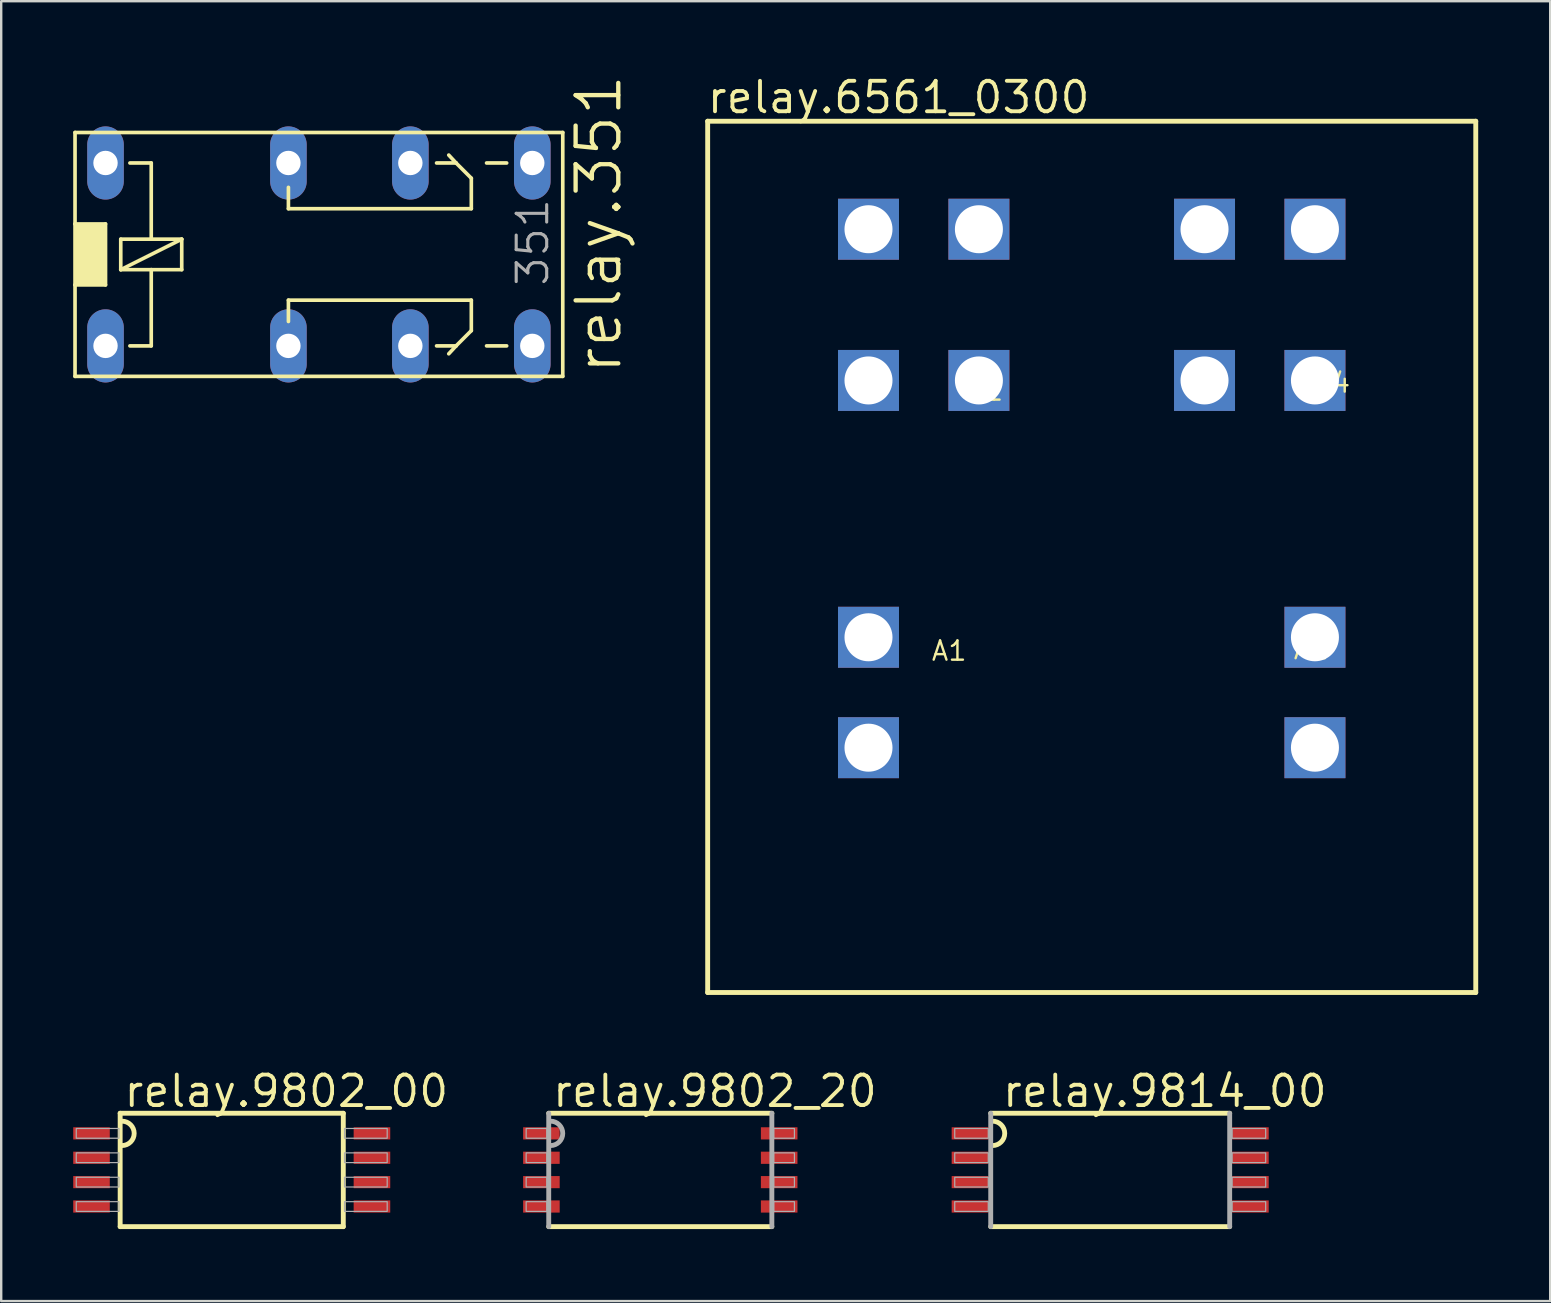
<source format=kicad_pcb>
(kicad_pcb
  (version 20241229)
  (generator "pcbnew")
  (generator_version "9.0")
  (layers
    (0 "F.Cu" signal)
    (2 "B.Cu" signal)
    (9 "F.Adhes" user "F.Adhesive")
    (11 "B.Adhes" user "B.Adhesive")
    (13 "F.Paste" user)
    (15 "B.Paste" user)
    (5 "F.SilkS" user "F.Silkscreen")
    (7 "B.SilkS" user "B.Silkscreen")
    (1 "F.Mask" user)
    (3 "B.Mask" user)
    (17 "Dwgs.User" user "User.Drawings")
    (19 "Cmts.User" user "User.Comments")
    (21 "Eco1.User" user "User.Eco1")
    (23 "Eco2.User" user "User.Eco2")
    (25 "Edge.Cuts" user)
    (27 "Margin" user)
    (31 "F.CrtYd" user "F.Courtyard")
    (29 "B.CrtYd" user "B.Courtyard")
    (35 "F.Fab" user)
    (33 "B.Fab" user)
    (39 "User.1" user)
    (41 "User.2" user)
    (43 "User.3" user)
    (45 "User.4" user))
  (footprint "relay.6561_0300"
    (layer "F.Cu")
    (at 42.433 17.8)
    (property "Reference" "relay.6561_0300" (at -16.102 -16.05 0) (layer "F.SilkS") (effects (font (size 1.27 1.27) (thickness 0.16)) (justify left bottom)))
    (attr through_hole)
    (fp_line (start -16 -15.8) (end -16 20.5) (stroke (width 0.203) (type default)) (layer "F.SilkS"))
    (fp_line (start 16 -15.8) (end -16 -15.8) (stroke (width 0.203) (type default)) (layer "F.SilkS"))
    (fp_line (start 16 -15.8) (end 16 20.5) (stroke (width 0.203) (type default)) (layer "F.SilkS"))
    (fp_line (start 16 20.5) (end -16 20.5) (stroke (width 0.203) (type default)) (layer "F.SilkS"))
    (fp_text user "A2 " (at 8.352 6.674 180) (layer "F.SilkS") (effects (font (size 0.8 0.8) (thickness 0.1)) (justify left bottom)))
    (fp_text user "A1 " (at -6.727 6.735 180) (layer "F.SilkS") (effects (font (size 0.8 0.8) (thickness 0.1)) (justify left bottom)))
    (fp_text user "11 " (at -5.277 -4.099 180) (layer "F.SilkS") (effects (font (size 0.8 0.8) (thickness 0.1)) (justify left bottom)))
    (fp_text user "14 " (at 9.179 -4.432 180) (layer "F.SilkS") (effects (font (size 0.8 0.8) (thickness 0.1)) (justify left bottom)))
    (pad "11" thru_hole rect (at -9.3 -5) (size 2.54 2.54) (drill 2) (layers "*.Cu" "*.Mask"))
    (pad "11_" thru_hole rect (at -4.7 -5) (size 2.54 2.54) (drill 2) (layers "*.Cu" "*.Mask"))
    (pad "14" thru_hole rect (at 9.3 -5) (size 2.54 2.54) (drill 2) (layers "*.Cu" "*.Mask"))
    (pad "14_" thru_hole rect (at 4.7 -5) (size 2.54 2.54) (drill 2) (layers "*.Cu" "*.Mask"))
    (pad "21" thru_hole rect (at -9.3 -11.3) (size 2.54 2.54) (drill 2) (layers "*.Cu" "*.Mask"))
    (pad "21_" thru_hole rect (at -4.7 -11.3) (size 2.54 2.54) (drill 2) (layers "*.Cu" "*.Mask"))
    (pad "22" thru_hole rect (at 9.3 -11.3) (size 2.54 2.54) (drill 2) (layers "*.Cu" "*.Mask"))
    (pad "22_" thru_hole rect (at 4.7 -11.3) (size 2.54 2.54) (drill 2) (layers "*.Cu" "*.Mask"))
    (pad "A1" thru_hole rect (at -9.3 10.3) (size 2.54 2.54) (drill 2) (layers "*.Cu" "*.Mask"))
    (pad "A1_" thru_hole rect (at -9.3 5.7) (size 2.54 2.54) (drill 2) (layers "*.Cu" "*.Mask"))
    (pad "A2" thru_hole rect (at 9.3 10.3) (size 2.54 2.54) (drill 2) (layers "*.Cu" "*.Mask"))
    (pad "A2_" thru_hole rect (at 9.3 5.7) (size 2.54 2.54) (drill 2) (layers "*.Cu" "*.Mask")))
  (footprint "relay.9802_00"
    (layer "F.Cu")
    (at 6.604 45.692)
    (property "Reference" "relay.9802_00" (at -4.572 -2.54 0) (layer "F.SilkS") (effects (font (size 1.27 1.27) (thickness 0.16)) (justify left bottom)))
    (attr smd)
    (fp_line (start -4.648 -2.362) (end 4.648 -2.362) (stroke (width 0.203) (type default)) (layer "F.SilkS"))
    (fp_line (start -4.648 2.362) (end -4.648 -2.362) (stroke (width 0.203) (type default)) (layer "F.SilkS"))
    (fp_line (start 4.648 -2.362) (end 4.648 2.362) (stroke (width 0.203) (type default)) (layer "F.SilkS"))
    (fp_line (start 4.648 2.362) (end -4.648 2.362) (stroke (width 0.203) (type default)) (layer "F.SilkS"))
    (fp_arc (start -4.572 -2.032) (mid -4.064 -1.524) (end -4.572 -1.016) (stroke (width 0.2032) (type default)) (layer "F.SilkS"))
    (fp_rect (start -6.477 -1.321) (end -4.699 -1.727) (stroke (width 0.05) (type default)) (fill no) (layer "F.Fab"))
    (fp_rect (start -6.477 -0.305) (end -4.699 -0.711) (stroke (width 0.05) (type default)) (fill no) (layer "F.Fab"))
    (fp_rect (start -6.477 0.711) (end -4.699 0.305) (stroke (width 0.05) (type default)) (fill no) (layer "F.Fab"))
    (fp_rect (start -6.477 1.727) (end -4.699 1.321) (stroke (width 0.05) (type default)) (fill no) (layer "F.Fab"))
    (fp_rect (start 4.699 -1.321) (end 6.477 -1.727) (stroke (width 0.05) (type default)) (fill no) (layer "F.Fab"))
    (fp_rect (start 4.699 -0.305) (end 6.477 -0.711) (stroke (width 0.05) (type default)) (fill no) (layer "F.Fab"))
    (fp_rect (start 4.699 0.711) (end 6.477 0.305) (stroke (width 0.05) (type default)) (fill no) (layer "F.Fab"))
    (fp_rect (start 4.699 1.727) (end 6.477 1.321) (stroke (width 0.05) (type default)) (fill no) (layer "F.Fab"))
    (pad "1" smd roundrect (at -5.842 -1.524) (size 1.524 0.508) (layers "F.Cu" "F.Mask" "F.Paste") (roundrect_rratio 0.01))
    (pad "2" smd roundrect (at 5.842 -1.524 180) (size 1.524 0.508) (layers "F.Cu" "F.Mask" "F.Paste") (roundrect_rratio 0.01))
    (pad "3" smd roundrect (at -5.842 -0.508) (size 1.524 0.508) (layers "F.Cu" "F.Mask" "F.Paste") (roundrect_rratio 0.01))
    (pad "4" smd roundrect (at 5.842 -0.508 180) (size 1.524 0.508) (layers "F.Cu" "F.Mask" "F.Paste") (roundrect_rratio 0.01))
    (pad "5" smd roundrect (at -5.842 0.508) (size 1.524 0.508) (layers "F.Cu" "F.Mask" "F.Paste") (roundrect_rratio 0.01))
    (pad "6" smd roundrect (at 5.842 0.508 180) (size 1.524 0.508) (layers "F.Cu" "F.Mask" "F.Paste") (roundrect_rratio 0.01))
    (pad "7" smd roundrect (at -5.842 1.524) (size 1.524 0.508) (layers "F.Cu" "F.Mask" "F.Paste") (roundrect_rratio 0.01))
    (pad "8" smd roundrect (at 5.842 1.524 180) (size 1.524 0.508) (layers "F.Cu" "F.Mask" "F.Paste") (roundrect_rratio 0.01)))
  (footprint "relay.9802_20"
    (layer "F.Cu")
    (at 24.459 45.692)
    (property "Reference" "relay.9802_20" (at -4.572 -2.54 0) (layer "F.SilkS") (effects (font (size 1.27 1.27) (thickness 0.16)) (justify left bottom)))
    (attr smd)
    (fp_line (start -4.648 -2.362) (end 4.648 -2.362) (stroke (width 0.203) (type default)) (layer "F.SilkS"))
    (fp_line (start 4.648 2.362) (end -4.648 2.362) (stroke (width 0.203) (type default)) (layer "F.SilkS"))
    (fp_line (start -4.648 2.362) (end -4.648 -2.362) (stroke (width 0.203) (type default)) (layer "F.Fab"))
    (fp_line (start 4.648 -2.362) (end 4.648 2.362) (stroke (width 0.203) (type default)) (layer "F.Fab"))
    (fp_rect (start -5.588 -1.321) (end -4.724 -1.727) (stroke (width 0.05) (type default)) (fill no) (layer "F.Fab"))
    (fp_rect (start -5.588 -0.305) (end -4.724 -0.711) (stroke (width 0.05) (type default)) (fill no) (layer "F.Fab"))
    (fp_rect (start -5.588 0.711) (end -4.724 0.305) (stroke (width 0.05) (type default)) (fill no) (layer "F.Fab"))
    (fp_rect (start -5.588 1.727) (end -4.724 1.321) (stroke (width 0.05) (type default)) (fill no) (layer "F.Fab"))
    (fp_rect (start 4.724 -1.321) (end 5.588 -1.727) (stroke (width 0.05) (type default)) (fill no) (layer "F.Fab"))
    (fp_rect (start 4.724 -0.305) (end 5.588 -0.711) (stroke (width 0.05) (type default)) (fill no) (layer "F.Fab"))
    (fp_rect (start 4.724 0.711) (end 5.588 0.305) (stroke (width 0.05) (type default)) (fill no) (layer "F.Fab"))
    (fp_rect (start 4.724 1.727) (end 5.588 1.321) (stroke (width 0.05) (type default)) (fill no) (layer "F.Fab"))
    (fp_arc (start -4.572 -2.032) (mid -4.064 -1.524) (end -4.572 -1.016) (stroke (width 0.2032) (type default)) (layer "F.Fab"))
    (pad "1" smd roundrect (at -4.953 -1.524) (size 1.524 0.508) (layers "F.Cu" "F.Mask" "F.Paste") (roundrect_rratio 0.01))
    (pad "2" smd roundrect (at 4.953 -1.524 180) (size 1.524 0.508) (layers "F.Cu" "F.Mask" "F.Paste") (roundrect_rratio 0.01))
    (pad "3" smd roundrect (at -4.953 -0.508) (size 1.524 0.508) (layers "F.Cu" "F.Mask" "F.Paste") (roundrect_rratio 0.01))
    (pad "4" smd roundrect (at 4.953 -0.508 180) (size 1.524 0.508) (layers "F.Cu" "F.Mask" "F.Paste") (roundrect_rratio 0.01))
    (pad "5" smd roundrect (at -4.953 0.508) (size 1.524 0.508) (layers "F.Cu" "F.Mask" "F.Paste") (roundrect_rratio 0.01))
    (pad "6" smd roundrect (at 4.953 0.508 180) (size 1.524 0.508) (layers "F.Cu" "F.Mask" "F.Paste") (roundrect_rratio 0.01))
    (pad "7" smd roundrect (at -4.953 1.524) (size 1.524 0.508) (layers "F.Cu" "F.Mask" "F.Paste") (roundrect_rratio 0.01))
    (pad "8" smd roundrect (at 4.953 1.524 180) (size 1.524 0.508) (layers "F.Cu" "F.Mask" "F.Paste") (roundrect_rratio 0.01)))
  (footprint "relay.9814_00"
    (layer "F.Cu")
    (at 43.203 45.692)
    (property "Reference" "relay.9814_00" (at -4.572 -2.54 0) (layer "F.SilkS") (effects (font (size 1.27 1.27) (thickness 0.16)) (justify left bottom)))
    (attr smd)
    (fp_line (start -4.978 -2.362) (end 4.978 -2.362) (stroke (width 0.203) (type default)) (layer "F.SilkS"))
    (fp_line (start 4.978 2.362) (end -4.978 2.362) (stroke (width 0.203) (type default)) (layer "F.SilkS"))
    (fp_arc (start -4.9022 -2.032) (mid -4.3942 -1.524) (end -4.9022 -1.016) (stroke (width 0.2032) (type default)) (layer "F.SilkS"))
    (fp_line (start -4.978 2.362) (end -4.978 -2.362) (stroke (width 0.203) (type default)) (layer "F.Fab"))
    (fp_line (start 4.978 -2.362) (end 4.978 2.362) (stroke (width 0.203) (type default)) (layer "F.Fab"))
    (fp_rect (start -6.477 -1.321) (end -5.08 -1.727) (stroke (width 0.05) (type default)) (fill no) (layer "F.Fab"))
    (fp_rect (start -6.477 -0.305) (end -5.08 -0.711) (stroke (width 0.05) (type default)) (fill no) (layer "F.Fab"))
    (fp_rect (start -6.477 0.711) (end -5.08 0.305) (stroke (width 0.05) (type default)) (fill no) (layer "F.Fab"))
    (fp_rect (start -6.477 1.727) (end -5.08 1.321) (stroke (width 0.05) (type default)) (fill no) (layer "F.Fab"))
    (fp_rect (start 5.08 -1.321) (end 6.477 -1.727) (stroke (width 0.05) (type default)) (fill no) (layer "F.Fab"))
    (fp_rect (start 5.08 -0.305) (end 6.477 -0.711) (stroke (width 0.05) (type default)) (fill no) (layer "F.Fab"))
    (fp_rect (start 5.08 0.711) (end 6.477 0.305) (stroke (width 0.05) (type default)) (fill no) (layer "F.Fab"))
    (fp_rect (start 5.08 1.727) (end 6.477 1.321) (stroke (width 0.05) (type default)) (fill no) (layer "F.Fab"))
    (pad "1" smd roundrect (at -5.842 -1.524) (size 1.524 0.508) (layers "F.Cu" "F.Mask" "F.Paste") (roundrect_rratio 0.01))
    (pad "2" smd roundrect (at 5.842 -1.524 180) (size 1.524 0.508) (layers "F.Cu" "F.Mask" "F.Paste") (roundrect_rratio 0.01))
    (pad "3" smd roundrect (at -5.842 -0.508) (size 1.524 0.508) (layers "F.Cu" "F.Mask" "F.Paste") (roundrect_rratio 0.01))
    (pad "4" smd roundrect (at 5.842 -0.508 180) (size 1.524 0.508) (layers "F.Cu" "F.Mask" "F.Paste") (roundrect_rratio 0.01))
    (pad "5" smd roundrect (at -5.842 0.508) (size 1.524 0.508) (layers "F.Cu" "F.Mask" "F.Paste") (roundrect_rratio 0.01))
    (pad "6" smd roundrect (at 5.842 0.508 180) (size 1.524 0.508) (layers "F.Cu" "F.Mask" "F.Paste") (roundrect_rratio 0.01))
    (pad "7" smd roundrect (at -5.842 1.524) (size 1.524 0.508) (layers "F.Cu" "F.Mask" "F.Paste") (roundrect_rratio 0.01))
    (pad "8" smd roundrect (at 5.842 1.524 180) (size 1.524 0.508) (layers "F.Cu" "F.Mask" "F.Paste") (roundrect_rratio 0.01)))
  (footprint "relay.351"
    (layer "F.Cu")
    (at 5.156 7.55)
    (property "Reference" "relay.351" (at 17.78 5.08 90) (layer "F.SilkS") (effects (font (size 1.778 1.778) (thickness 0.18)) (justify left bottom)))
    (attr through_hole)
    (fp_line (start -5.08 -5.08) (end -5.08 -1.27) (stroke (width 0.152) (type default)) (layer "F.SilkS"))
    (fp_line (start -5.08 -1.27) (end -5.08 1.27) (stroke (width 0.152) (type default)) (layer "F.SilkS"))
    (fp_line (start -5.08 -1.27) (end -3.81 -1.27) (stroke (width 0.152) (type default)) (layer "F.SilkS"))
    (fp_line (start -5.08 1.27) (end -5.08 5.08) (stroke (width 0.152) (type default)) (layer "F.SilkS"))
    (fp_line (start -5.08 5.08) (end 15.24 5.08) (stroke (width 0.152) (type default)) (layer "F.SilkS"))
    (fp_line (start -3.81 -1.27) (end -3.81 1.27) (stroke (width 0.152) (type default)) (layer "F.SilkS"))
    (fp_line (start -3.81 1.27) (end -5.08 1.27) (stroke (width 0.152) (type default)) (layer "F.SilkS"))
    (fp_line (start -3.175 -0.635) (end -3.175 0.635) (stroke (width 0.152) (type default)) (layer "F.SilkS"))
    (fp_line (start -3.175 0.635) (end -1.905 0.635) (stroke (width 0.152) (type default)) (layer "F.SilkS"))
    (fp_line (start -3.175 0.635) (end -0.635 -0.635) (stroke (width 0.152) (type default)) (layer "F.SilkS"))
    (fp_line (start -2.794 -3.81) (end -1.905 -3.81) (stroke (width 0.152) (type default)) (layer "F.SilkS"))
    (fp_line (start -1.905 -3.81) (end -1.905 -0.635) (stroke (width 0.152) (type default)) (layer "F.SilkS"))
    (fp_line (start -1.905 -0.635) (end -3.175 -0.635) (stroke (width 0.152) (type default)) (layer "F.SilkS"))
    (fp_line (start -1.905 0.635) (end -1.905 3.81) (stroke (width 0.152) (type default)) (layer "F.SilkS"))
    (fp_line (start -1.905 0.635) (end -0.635 0.635) (stroke (width 0.152) (type default)) (layer "F.SilkS"))
    (fp_line (start -1.905 3.81) (end -2.794 3.81) (stroke (width 0.152) (type default)) (layer "F.SilkS"))
    (fp_line (start -0.635 -0.635) (end -1.905 -0.635) (stroke (width 0.152) (type default)) (layer "F.SilkS"))
    (fp_line (start -0.635 0.635) (end -0.635 -0.635) (stroke (width 0.152) (type default)) (layer "F.SilkS"))
    (fp_line (start 3.81 -2.794) (end 3.81 -1.905) (stroke (width 0.152) (type default)) (layer "F.SilkS"))
    (fp_line (start 3.81 -1.905) (end 11.43 -1.905) (stroke (width 0.152) (type default)) (layer "F.SilkS"))
    (fp_line (start 3.81 1.905) (end 11.43 1.905) (stroke (width 0.152) (type default)) (layer "F.SilkS"))
    (fp_line (start 3.81 2.794) (end 3.81 1.905) (stroke (width 0.152) (type default)) (layer "F.SilkS"))
    (fp_line (start 9.982 -3.81) (end 10.795 -3.81) (stroke (width 0.152) (type default)) (layer "F.SilkS"))
    (fp_line (start 9.982 3.81) (end 10.795 3.81) (stroke (width 0.152) (type default)) (layer "F.SilkS"))
    (fp_line (start 10.795 -3.81) (end 10.49 -4.14) (stroke (width 0.152) (type default)) (layer "F.SilkS"))
    (fp_line (start 10.795 3.81) (end 10.49 4.14) (stroke (width 0.152) (type default)) (layer "F.SilkS"))
    (fp_line (start 11.43 -3.175) (end 10.795 -3.81) (stroke (width 0.152) (type default)) (layer "F.SilkS"))
    (fp_line (start 11.43 -1.905) (end 11.43 -3.175) (stroke (width 0.152) (type default)) (layer "F.SilkS"))
    (fp_line (start 11.43 1.905) (end 11.43 3.175) (stroke (width 0.152) (type default)) (layer "F.SilkS"))
    (fp_line (start 11.43 3.175) (end 10.795 3.81) (stroke (width 0.152) (type default)) (layer "F.SilkS"))
    (fp_line (start 12.065 -3.81) (end 12.903 -3.81) (stroke (width 0.152) (type default)) (layer "F.SilkS"))
    (fp_line (start 12.065 3.81) (end 12.903 3.81) (stroke (width 0.152) (type default)) (layer "F.SilkS"))
    (fp_line (start 15.24 -5.08) (end -5.08 -5.08) (stroke (width 0.152) (type default)) (layer "F.SilkS"))
    (fp_line (start 15.24 5.08) (end 15.24 -5.08) (stroke (width 0.152) (type default)) (layer "F.SilkS"))
    (fp_rect (start -5.08 1.27) (end -3.81 -1.27) (stroke (width 0.05) (type default)) (fill yes) (layer "F.SilkS"))
    (fp_text user "351" (at 14.732 1.397 90) (layer "F.Fab") (effects (font (size 1.27 1.27) (thickness 0.13)) (justify left bottom)))
    (pad "1" thru_hole oval (at -3.81 3.81 90) (size 3.048 1.524) (drill 1.016) (layers "*.Cu" "*.Mask"))
    (pad "16" thru_hole oval (at -3.81 -3.81 90) (size 3.048 1.524) (drill 1.016) (layers "*.Cu" "*.Mask"))
    (pad "O1" thru_hole oval (at 8.89 3.81 90) (size 3.048 1.524) (drill 1.016) (layers "*.Cu" "*.Mask"))
    (pad "O2" thru_hole oval (at 8.89 -3.81 90) (size 3.048 1.524) (drill 1.016) (layers "*.Cu" "*.Mask"))
    (pad "P1" thru_hole oval (at 3.81 3.81 90) (size 3.048 1.524) (drill 1.016) (layers "*.Cu" "*.Mask"))
    (pad "P2" thru_hole oval (at 3.81 -3.81 90) (size 3.048 1.524) (drill 1.016) (layers "*.Cu" "*.Mask"))
    (pad "S1" thru_hole oval (at 13.97 3.81 90) (size 3.048 1.524) (drill 1.016) (layers "*.Cu" "*.Mask"))
    (pad "S2" thru_hole oval (at 13.97 -3.81 90) (size 3.048 1.524) (drill 1.016) (layers "*.Cu" "*.Mask")))
  (gr_rect
    (start -3 -3)
    (end 61.534 51.156)
    (stroke (width 0.1) (type default))
    (fill no)
    (layer "Edge.Cuts")))
</source>
